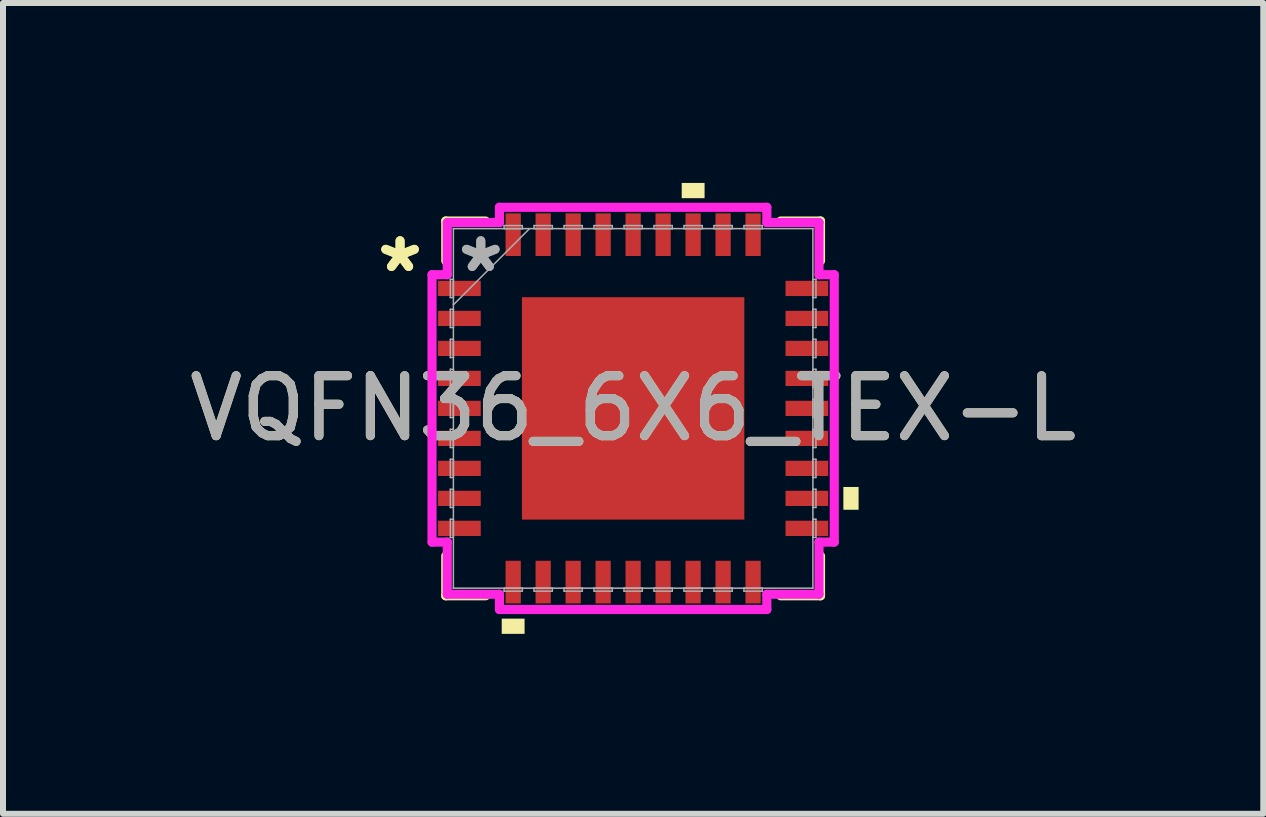
<source format=kicad_pcb>
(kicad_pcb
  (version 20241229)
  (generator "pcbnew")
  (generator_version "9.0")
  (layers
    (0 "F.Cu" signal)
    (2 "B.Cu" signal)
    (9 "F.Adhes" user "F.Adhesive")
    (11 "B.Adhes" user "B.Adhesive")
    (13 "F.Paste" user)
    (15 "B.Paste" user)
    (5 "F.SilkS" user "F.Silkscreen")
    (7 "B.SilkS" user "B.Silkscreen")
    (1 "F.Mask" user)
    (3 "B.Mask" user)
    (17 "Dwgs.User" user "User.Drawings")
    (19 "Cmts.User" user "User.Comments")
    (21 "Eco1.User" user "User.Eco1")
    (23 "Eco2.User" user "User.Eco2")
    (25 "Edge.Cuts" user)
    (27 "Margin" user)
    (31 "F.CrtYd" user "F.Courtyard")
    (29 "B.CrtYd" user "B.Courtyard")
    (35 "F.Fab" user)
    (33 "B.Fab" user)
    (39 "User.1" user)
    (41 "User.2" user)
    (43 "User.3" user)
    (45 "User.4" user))
  (footprint "VQFN36_6X6_TEX-L"
    (layer "F.Cu")
    (at 7.506 3.759)
    (property "Reference" "VQFN36_6X6_TEX-L" (at 0 0 0) (unlocked yes) (layer "F.SilkS") (effects (font (size 1 1) (thickness 0.15))))
    (attr smd)
    (fp_line (start -3.124 -3.124) (end -3.124 -2.46) (stroke (width 0.152) (type solid)) (layer "F.SilkS"))
    (fp_line (start -3.124 2.46) (end -3.124 3.124) (stroke (width 0.152) (type solid)) (layer "F.SilkS"))
    (fp_line (start -3.124 3.124) (end -2.46 3.124) (stroke (width 0.152) (type solid)) (layer "F.SilkS"))
    (fp_line (start -2.46 -3.124) (end -3.124 -3.124) (stroke (width 0.152) (type solid)) (layer "F.SilkS"))
    (fp_line (start 2.46 3.124) (end 3.124 3.124) (stroke (width 0.152) (type solid)) (layer "F.SilkS"))
    (fp_line (start 3.124 -3.124) (end 2.46 -3.124) (stroke (width 0.152) (type solid)) (layer "F.SilkS"))
    (fp_line (start 3.124 -2.46) (end 3.124 -3.124) (stroke (width 0.152) (type solid)) (layer "F.SilkS"))
    (fp_line (start 3.124 3.124) (end 3.124 2.46) (stroke (width 0.152) (type solid)) (layer "F.SilkS"))
    (fp_poly (pts (xy -2.191 3.505) (xy -2.191 3.759) (xy -1.81 3.759) (xy -1.81 3.505)) (stroke (width 0) (type solid)) (fill yes) (layer "F.SilkS"))
    (fp_poly (pts (xy 0.81 -3.505) (xy 0.81 -3.759) (xy 1.191 -3.759) (xy 1.191 -3.505)) (stroke (width 0) (type solid)) (fill yes) (layer "F.SilkS"))
    (fp_poly (pts (xy 3.759 1.31) (xy 3.759 1.69) (xy 3.505 1.69) (xy 3.505 1.31)) (stroke (width 0) (type solid)) (fill yes) (layer "F.SilkS"))
    (fp_poly (pts (xy -1.754 -1.754) (xy -1.754 -0.1) (xy -0.1 -0.1) (xy -0.1 -1.754)) (stroke (width 0) (type solid)) (fill yes) (layer "F.Paste"))
    (fp_poly (pts (xy -1.754 0.1) (xy -1.754 1.754) (xy -0.1 1.754) (xy -0.1 0.1)) (stroke (width 0) (type solid)) (fill yes) (layer "F.Paste"))
    (fp_poly (pts (xy 0.1 -1.754) (xy 0.1 -0.1) (xy 1.754 -0.1) (xy 1.754 -1.754)) (stroke (width 0) (type solid)) (fill yes) (layer "F.Paste"))
    (fp_poly (pts (xy 0.1 0.1) (xy 0.1 1.754) (xy 1.754 1.754) (xy 1.754 0.1)) (stroke (width 0) (type solid)) (fill yes) (layer "F.Paste"))
    (fp_line (start -3.353 -2.229) (end -3.099 -2.229) (stroke (width 0.152) (type solid)) (layer "F.CrtYd"))
    (fp_line (start -3.353 2.229) (end -3.353 -2.229) (stroke (width 0.152) (type solid)) (layer "F.CrtYd"))
    (fp_line (start -3.099 -3.099) (end -2.229 -3.099) (stroke (width 0.152) (type solid)) (layer "F.CrtYd"))
    (fp_line (start -3.099 -2.229) (end -3.099 -3.099) (stroke (width 0.152) (type solid)) (layer "F.CrtYd"))
    (fp_line (start -3.099 2.229) (end -3.353 2.229) (stroke (width 0.152) (type solid)) (layer "F.CrtYd"))
    (fp_line (start -3.099 3.099) (end -3.099 2.229) (stroke (width 0.152) (type solid)) (layer "F.CrtYd"))
    (fp_line (start -2.229 -3.353) (end 2.229 -3.353) (stroke (width 0.152) (type solid)) (layer "F.CrtYd"))
    (fp_line (start -2.229 -3.099) (end -2.229 -3.353) (stroke (width 0.152) (type solid)) (layer "F.CrtYd"))
    (fp_line (start -2.229 3.099) (end -3.099 3.099) (stroke (width 0.152) (type solid)) (layer "F.CrtYd"))
    (fp_line (start -2.229 3.353) (end -2.229 3.099) (stroke (width 0.152) (type solid)) (layer "F.CrtYd"))
    (fp_line (start 2.229 -3.353) (end 2.229 -3.099) (stroke (width 0.152) (type solid)) (layer "F.CrtYd"))
    (fp_line (start 2.229 -3.099) (end 3.099 -3.099) (stroke (width 0.152) (type solid)) (layer "F.CrtYd"))
    (fp_line (start 2.229 3.099) (end 2.229 3.353) (stroke (width 0.152) (type solid)) (layer "F.CrtYd"))
    (fp_line (start 2.229 3.353) (end -2.229 3.353) (stroke (width 0.152) (type solid)) (layer "F.CrtYd"))
    (fp_line (start 3.099 -3.099) (end 3.099 -2.229) (stroke (width 0.152) (type solid)) (layer "F.CrtYd"))
    (fp_line (start 3.099 -2.229) (end 3.353 -2.229) (stroke (width 0.152) (type solid)) (layer "F.CrtYd"))
    (fp_line (start 3.099 2.229) (end 3.099 3.099) (stroke (width 0.152) (type solid)) (layer "F.CrtYd"))
    (fp_line (start 3.099 3.099) (end 2.229 3.099) (stroke (width 0.152) (type solid)) (layer "F.CrtYd"))
    (fp_line (start 3.353 -2.229) (end 3.353 2.229) (stroke (width 0.152) (type solid)) (layer "F.CrtYd"))
    (fp_line (start 3.353 2.229) (end 3.099 2.229) (stroke (width 0.152) (type solid)) (layer "F.CrtYd"))
    (fp_line (start -3.048 -2.152) (end -3.048 -1.848) (stroke (width 0.025) (type solid)) (layer "F.Fab"))
    (fp_line (start -3.048 -1.848) (end -2.997 -1.848) (stroke (width 0.025) (type solid)) (layer "F.Fab"))
    (fp_line (start -3.048 -1.652) (end -3.048 -1.348) (stroke (width 0.025) (type solid)) (layer "F.Fab"))
    (fp_line (start -3.048 -1.348) (end -2.997 -1.348) (stroke (width 0.025) (type solid)) (layer "F.Fab"))
    (fp_line (start -3.048 -1.152) (end -3.048 -0.848) (stroke (width 0.025) (type solid)) (layer "F.Fab"))
    (fp_line (start -3.048 -0.848) (end -2.997 -0.848) (stroke (width 0.025) (type solid)) (layer "F.Fab"))
    (fp_line (start -3.048 -0.652) (end -3.048 -0.348) (stroke (width 0.025) (type solid)) (layer "F.Fab"))
    (fp_line (start -3.048 -0.348) (end -2.997 -0.348) (stroke (width 0.025) (type solid)) (layer "F.Fab"))
    (fp_line (start -3.048 -0.152) (end -3.048 0.152) (stroke (width 0.025) (type solid)) (layer "F.Fab"))
    (fp_line (start -3.048 0.152) (end -2.997 0.152) (stroke (width 0.025) (type solid)) (layer "F.Fab"))
    (fp_line (start -3.048 0.348) (end -3.048 0.652) (stroke (width 0.025) (type solid)) (layer "F.Fab"))
    (fp_line (start -3.048 0.652) (end -2.997 0.652) (stroke (width 0.025) (type solid)) (layer "F.Fab"))
    (fp_line (start -3.048 0.848) (end -3.048 1.152) (stroke (width 0.025) (type solid)) (layer "F.Fab"))
    (fp_line (start -3.048 1.152) (end -2.997 1.152) (stroke (width 0.025) (type solid)) (layer "F.Fab"))
    (fp_line (start -3.048 1.348) (end -3.048 1.652) (stroke (width 0.025) (type solid)) (layer "F.Fab"))
    (fp_line (start -3.048 1.652) (end -2.997 1.652) (stroke (width 0.025) (type solid)) (layer "F.Fab"))
    (fp_line (start -3.048 1.848) (end -3.048 2.152) (stroke (width 0.025) (type solid)) (layer "F.Fab"))
    (fp_line (start -3.048 2.152) (end -2.997 2.152) (stroke (width 0.025) (type solid)) (layer "F.Fab"))
    (fp_line (start -2.997 -2.997) (end -2.997 -2.997) (stroke (width 0.025) (type solid)) (layer "F.Fab"))
    (fp_line (start -2.997 -2.997) (end -2.997 2.997) (stroke (width 0.025) (type solid)) (layer "F.Fab"))
    (fp_line (start -2.997 -2.152) (end -3.048 -2.152) (stroke (width 0.025) (type solid)) (layer "F.Fab"))
    (fp_line (start -2.997 -1.848) (end -2.997 -2.152) (stroke (width 0.025) (type solid)) (layer "F.Fab"))
    (fp_line (start -2.997 -1.727) (end -1.727 -2.997) (stroke (width 0.025) (type solid)) (layer "F.Fab"))
    (fp_line (start -2.997 -1.652) (end -3.048 -1.652) (stroke (width 0.025) (type solid)) (layer "F.Fab"))
    (fp_line (start -2.997 -1.348) (end -2.997 -1.652) (stroke (width 0.025) (type solid)) (layer "F.Fab"))
    (fp_line (start -2.997 -1.152) (end -3.048 -1.152) (stroke (width 0.025) (type solid)) (layer "F.Fab"))
    (fp_line (start -2.997 -0.848) (end -2.997 -1.152) (stroke (width 0.025) (type solid)) (layer "F.Fab"))
    (fp_line (start -2.997 -0.652) (end -3.048 -0.652) (stroke (width 0.025) (type solid)) (layer "F.Fab"))
    (fp_line (start -2.997 -0.348) (end -2.997 -0.652) (stroke (width 0.025) (type solid)) (layer "F.Fab"))
    (fp_line (start -2.997 -0.152) (end -3.048 -0.152) (stroke (width 0.025) (type solid)) (layer "F.Fab"))
    (fp_line (start -2.997 0.152) (end -2.997 -0.152) (stroke (width 0.025) (type solid)) (layer "F.Fab"))
    (fp_line (start -2.997 0.348) (end -3.048 0.348) (stroke (width 0.025) (type solid)) (layer "F.Fab"))
    (fp_line (start -2.997 0.652) (end -2.997 0.348) (stroke (width 0.025) (type solid)) (layer "F.Fab"))
    (fp_line (start -2.997 0.848) (end -3.048 0.848) (stroke (width 0.025) (type solid)) (layer "F.Fab"))
    (fp_line (start -2.997 1.152) (end -2.997 0.848) (stroke (width 0.025) (type solid)) (layer "F.Fab"))
    (fp_line (start -2.997 1.348) (end -3.048 1.348) (stroke (width 0.025) (type solid)) (layer "F.Fab"))
    (fp_line (start -2.997 1.652) (end -2.997 1.348) (stroke (width 0.025) (type solid)) (layer "F.Fab"))
    (fp_line (start -2.997 1.848) (end -3.048 1.848) (stroke (width 0.025) (type solid)) (layer "F.Fab"))
    (fp_line (start -2.997 2.152) (end -2.997 1.848) (stroke (width 0.025) (type solid)) (layer "F.Fab"))
    (fp_line (start -2.997 2.997) (end -2.997 2.997) (stroke (width 0.025) (type solid)) (layer "F.Fab"))
    (fp_line (start -2.997 2.997) (end 2.997 2.997) (stroke (width 0.025) (type solid)) (layer "F.Fab"))
    (fp_line (start -2.152 -3.048) (end -2.152 -2.997) (stroke (width 0.025) (type solid)) (layer "F.Fab"))
    (fp_line (start -2.152 -2.997) (end -1.848 -2.997) (stroke (width 0.025) (type solid)) (layer "F.Fab"))
    (fp_line (start -2.152 2.997) (end -2.152 3.048) (stroke (width 0.025) (type solid)) (layer "F.Fab"))
    (fp_line (start -2.152 3.048) (end -1.848 3.048) (stroke (width 0.025) (type solid)) (layer "F.Fab"))
    (fp_line (start -1.848 -3.048) (end -2.152 -3.048) (stroke (width 0.025) (type solid)) (layer "F.Fab"))
    (fp_line (start -1.848 -2.997) (end -1.848 -3.048) (stroke (width 0.025) (type solid)) (layer "F.Fab"))
    (fp_line (start -1.848 2.997) (end -2.152 2.997) (stroke (width 0.025) (type solid)) (layer "F.Fab"))
    (fp_line (start -1.848 3.048) (end -1.848 2.997) (stroke (width 0.025) (type solid)) (layer "F.Fab"))
    (fp_line (start -1.652 -3.048) (end -1.652 -2.997) (stroke (width 0.025) (type solid)) (layer "F.Fab"))
    (fp_line (start -1.652 -2.997) (end -1.348 -2.997) (stroke (width 0.025) (type solid)) (layer "F.Fab"))
    (fp_line (start -1.652 2.997) (end -1.652 3.048) (stroke (width 0.025) (type solid)) (layer "F.Fab"))
    (fp_line (start -1.652 3.048) (end -1.348 3.048) (stroke (width 0.025) (type solid)) (layer "F.Fab"))
    (fp_line (start -1.348 -3.048) (end -1.652 -3.048) (stroke (width 0.025) (type solid)) (layer "F.Fab"))
    (fp_line (start -1.348 -2.997) (end -1.348 -3.048) (stroke (width 0.025) (type solid)) (layer "F.Fab"))
    (fp_line (start -1.348 2.997) (end -1.652 2.997) (stroke (width 0.025) (type solid)) (layer "F.Fab"))
    (fp_line (start -1.348 3.048) (end -1.348 2.997) (stroke (width 0.025) (type solid)) (layer "F.Fab"))
    (fp_line (start -1.152 -3.048) (end -1.152 -2.997) (stroke (width 0.025) (type solid)) (layer "F.Fab"))
    (fp_line (start -1.152 -2.997) (end -0.848 -2.997) (stroke (width 0.025) (type solid)) (layer "F.Fab"))
    (fp_line (start -1.152 2.997) (end -1.152 3.048) (stroke (width 0.025) (type solid)) (layer "F.Fab"))
    (fp_line (start -1.152 3.048) (end -0.848 3.048) (stroke (width 0.025) (type solid)) (layer "F.Fab"))
    (fp_line (start -0.848 -3.048) (end -1.152 -3.048) (stroke (width 0.025) (type solid)) (layer "F.Fab"))
    (fp_line (start -0.848 -2.997) (end -0.848 -3.048) (stroke (width 0.025) (type solid)) (layer "F.Fab"))
    (fp_line (start -0.848 2.997) (end -1.152 2.997) (stroke (width 0.025) (type solid)) (layer "F.Fab"))
    (fp_line (start -0.848 3.048) (end -0.848 2.997) (stroke (width 0.025) (type solid)) (layer "F.Fab"))
    (fp_line (start -0.652 -3.048) (end -0.652 -2.997) (stroke (width 0.025) (type solid)) (layer "F.Fab"))
    (fp_line (start -0.652 -2.997) (end -0.348 -2.997) (stroke (width 0.025) (type solid)) (layer "F.Fab"))
    (fp_line (start -0.652 2.997) (end -0.652 3.048) (stroke (width 0.025) (type solid)) (layer "F.Fab"))
    (fp_line (start -0.652 3.048) (end -0.348 3.048) (stroke (width 0.025) (type solid)) (layer "F.Fab"))
    (fp_line (start -0.348 -3.048) (end -0.652 -3.048) (stroke (width 0.025) (type solid)) (layer "F.Fab"))
    (fp_line (start -0.348 -2.997) (end -0.348 -3.048) (stroke (width 0.025) (type solid)) (layer "F.Fab"))
    (fp_line (start -0.348 2.997) (end -0.652 2.997) (stroke (width 0.025) (type solid)) (layer "F.Fab"))
    (fp_line (start -0.348 3.048) (end -0.348 2.997) (stroke (width 0.025) (type solid)) (layer "F.Fab"))
    (fp_line (start -0.152 -3.048) (end -0.152 -2.997) (stroke (width 0.025) (type solid)) (layer "F.Fab"))
    (fp_line (start -0.152 -2.997) (end 0.152 -2.997) (stroke (width 0.025) (type solid)) (layer "F.Fab"))
    (fp_line (start -0.152 2.997) (end -0.152 3.048) (stroke (width 0.025) (type solid)) (layer "F.Fab"))
    (fp_line (start -0.152 3.048) (end 0.152 3.048) (stroke (width 0.025) (type solid)) (layer "F.Fab"))
    (fp_line (start 0.152 -3.048) (end -0.152 -3.048) (stroke (width 0.025) (type solid)) (layer "F.Fab"))
    (fp_line (start 0.152 -2.997) (end 0.152 -3.048) (stroke (width 0.025) (type solid)) (layer "F.Fab"))
    (fp_line (start 0.152 2.997) (end -0.152 2.997) (stroke (width 0.025) (type solid)) (layer "F.Fab"))
    (fp_line (start 0.152 3.048) (end 0.152 2.997) (stroke (width 0.025) (type solid)) (layer "F.Fab"))
    (fp_line (start 0.348 -3.048) (end 0.348 -2.997) (stroke (width 0.025) (type solid)) (layer "F.Fab"))
    (fp_line (start 0.348 -2.997) (end 0.652 -2.997) (stroke (width 0.025) (type solid)) (layer "F.Fab"))
    (fp_line (start 0.348 2.997) (end 0.348 3.048) (stroke (width 0.025) (type solid)) (layer "F.Fab"))
    (fp_line (start 0.348 3.048) (end 0.652 3.048) (stroke (width 0.025) (type solid)) (layer "F.Fab"))
    (fp_line (start 0.652 -3.048) (end 0.348 -3.048) (stroke (width 0.025) (type solid)) (layer "F.Fab"))
    (fp_line (start 0.652 -2.997) (end 0.652 -3.048) (stroke (width 0.025) (type solid)) (layer "F.Fab"))
    (fp_line (start 0.652 2.997) (end 0.348 2.997) (stroke (width 0.025) (type solid)) (layer "F.Fab"))
    (fp_line (start 0.652 3.048) (end 0.652 2.997) (stroke (width 0.025) (type solid)) (layer "F.Fab"))
    (fp_line (start 0.848 -3.048) (end 0.848 -2.997) (stroke (width 0.025) (type solid)) (layer "F.Fab"))
    (fp_line (start 0.848 -2.997) (end 1.152 -2.997) (stroke (width 0.025) (type solid)) (layer "F.Fab"))
    (fp_line (start 0.848 2.997) (end 0.848 3.048) (stroke (width 0.025) (type solid)) (layer "F.Fab"))
    (fp_line (start 0.848 3.048) (end 1.152 3.048) (stroke (width 0.025) (type solid)) (layer "F.Fab"))
    (fp_line (start 1.152 -3.048) (end 0.848 -3.048) (stroke (width 0.025) (type solid)) (layer "F.Fab"))
    (fp_line (start 1.152 -2.997) (end 1.152 -3.048) (stroke (width 0.025) (type solid)) (layer "F.Fab"))
    (fp_line (start 1.152 2.997) (end 0.848 2.997) (stroke (width 0.025) (type solid)) (layer "F.Fab"))
    (fp_line (start 1.152 3.048) (end 1.152 2.997) (stroke (width 0.025) (type solid)) (layer "F.Fab"))
    (fp_line (start 1.348 -3.048) (end 1.348 -2.997) (stroke (width 0.025) (type solid)) (layer "F.Fab"))
    (fp_line (start 1.348 -2.997) (end 1.652 -2.997) (stroke (width 0.025) (type solid)) (layer "F.Fab"))
    (fp_line (start 1.348 2.997) (end 1.348 3.048) (stroke (width 0.025) (type solid)) (layer "F.Fab"))
    (fp_line (start 1.348 3.048) (end 1.652 3.048) (stroke (width 0.025) (type solid)) (layer "F.Fab"))
    (fp_line (start 1.652 -3.048) (end 1.348 -3.048) (stroke (width 0.025) (type solid)) (layer "F.Fab"))
    (fp_line (start 1.652 -2.997) (end 1.652 -3.048) (stroke (width 0.025) (type solid)) (layer "F.Fab"))
    (fp_line (start 1.652 2.997) (end 1.348 2.997) (stroke (width 0.025) (type solid)) (layer "F.Fab"))
    (fp_line (start 1.652 3.048) (end 1.652 2.997) (stroke (width 0.025) (type solid)) (layer "F.Fab"))
    (fp_line (start 1.848 -3.048) (end 1.848 -2.997) (stroke (width 0.025) (type solid)) (layer "F.Fab"))
    (fp_line (start 1.848 -2.997) (end 2.152 -2.997) (stroke (width 0.025) (type solid)) (layer "F.Fab"))
    (fp_line (start 1.848 2.997) (end 1.848 3.048) (stroke (width 0.025) (type solid)) (layer "F.Fab"))
    (fp_line (start 1.848 3.048) (end 2.152 3.048) (stroke (width 0.025) (type solid)) (layer "F.Fab"))
    (fp_line (start 2.152 -3.048) (end 1.848 -3.048) (stroke (width 0.025) (type solid)) (layer "F.Fab"))
    (fp_line (start 2.152 -2.997) (end 2.152 -3.048) (stroke (width 0.025) (type solid)) (layer "F.Fab"))
    (fp_line (start 2.152 2.997) (end 1.848 2.997) (stroke (width 0.025) (type solid)) (layer "F.Fab"))
    (fp_line (start 2.152 3.048) (end 2.152 2.997) (stroke (width 0.025) (type solid)) (layer "F.Fab"))
    (fp_line (start 2.997 -2.997) (end -2.997 -2.997) (stroke (width 0.025) (type solid)) (layer "F.Fab"))
    (fp_line (start 2.997 -2.997) (end 2.997 -2.997) (stroke (width 0.025) (type solid)) (layer "F.Fab"))
    (fp_line (start 2.997 -2.152) (end 2.997 -1.848) (stroke (width 0.025) (type solid)) (layer "F.Fab"))
    (fp_line (start 2.997 -1.848) (end 3.048 -1.848) (stroke (width 0.025) (type solid)) (layer "F.Fab"))
    (fp_line (start 2.997 -1.652) (end 2.997 -1.348) (stroke (width 0.025) (type solid)) (layer "F.Fab"))
    (fp_line (start 2.997 -1.348) (end 3.048 -1.348) (stroke (width 0.025) (type solid)) (layer "F.Fab"))
    (fp_line (start 2.997 -1.152) (end 2.997 -0.848) (stroke (width 0.025) (type solid)) (layer "F.Fab"))
    (fp_line (start 2.997 -0.848) (end 3.048 -0.848) (stroke (width 0.025) (type solid)) (layer "F.Fab"))
    (fp_line (start 2.997 -0.652) (end 2.997 -0.348) (stroke (width 0.025) (type solid)) (layer "F.Fab"))
    (fp_line (start 2.997 -0.348) (end 3.048 -0.348) (stroke (width 0.025) (type solid)) (layer "F.Fab"))
    (fp_line (start 2.997 -0.152) (end 2.997 0.152) (stroke (width 0.025) (type solid)) (layer "F.Fab"))
    (fp_line (start 2.997 0.152) (end 3.048 0.152) (stroke (width 0.025) (type solid)) (layer "F.Fab"))
    (fp_line (start 2.997 0.348) (end 2.997 0.652) (stroke (width 0.025) (type solid)) (layer "F.Fab"))
    (fp_line (start 2.997 0.652) (end 3.048 0.652) (stroke (width 0.025) (type solid)) (layer "F.Fab"))
    (fp_line (start 2.997 0.848) (end 2.997 1.152) (stroke (width 0.025) (type solid)) (layer "F.Fab"))
    (fp_line (start 2.997 1.152) (end 3.048 1.152) (stroke (width 0.025) (type solid)) (layer "F.Fab"))
    (fp_line (start 2.997 1.348) (end 2.997 1.652) (stroke (width 0.025) (type solid)) (layer "F.Fab"))
    (fp_line (start 2.997 1.652) (end 3.048 1.652) (stroke (width 0.025) (type solid)) (layer "F.Fab"))
    (fp_line (start 2.997 1.848) (end 2.997 2.152) (stroke (width 0.025) (type solid)) (layer "F.Fab"))
    (fp_line (start 2.997 2.152) (end 3.048 2.152) (stroke (width 0.025) (type solid)) (layer "F.Fab"))
    (fp_line (start 2.997 2.997) (end 2.997 -2.997) (stroke (width 0.025) (type solid)) (layer "F.Fab"))
    (fp_line (start 2.997 2.997) (end 2.997 2.997) (stroke (width 0.025) (type solid)) (layer "F.Fab"))
    (fp_line (start 3.048 -2.152) (end 2.997 -2.152) (stroke (width 0.025) (type solid)) (layer "F.Fab"))
    (fp_line (start 3.048 -1.848) (end 3.048 -2.152) (stroke (width 0.025) (type solid)) (layer "F.Fab"))
    (fp_line (start 3.048 -1.652) (end 2.997 -1.652) (stroke (width 0.025) (type solid)) (layer "F.Fab"))
    (fp_line (start 3.048 -1.348) (end 3.048 -1.652) (stroke (width 0.025) (type solid)) (layer "F.Fab"))
    (fp_line (start 3.048 -1.152) (end 2.997 -1.152) (stroke (width 0.025) (type solid)) (layer "F.Fab"))
    (fp_line (start 3.048 -0.848) (end 3.048 -1.152) (stroke (width 0.025) (type solid)) (layer "F.Fab"))
    (fp_line (start 3.048 -0.652) (end 2.997 -0.652) (stroke (width 0.025) (type solid)) (layer "F.Fab"))
    (fp_line (start 3.048 -0.348) (end 3.048 -0.652) (stroke (width 0.025) (type solid)) (layer "F.Fab"))
    (fp_line (start 3.048 -0.152) (end 2.997 -0.152) (stroke (width 0.025) (type solid)) (layer "F.Fab"))
    (fp_line (start 3.048 0.152) (end 3.048 -0.152) (stroke (width 0.025) (type solid)) (layer "F.Fab"))
    (fp_line (start 3.048 0.348) (end 2.997 0.348) (stroke (width 0.025) (type solid)) (layer "F.Fab"))
    (fp_line (start 3.048 0.652) (end 3.048 0.348) (stroke (width 0.025) (type solid)) (layer "F.Fab"))
    (fp_line (start 3.048 0.848) (end 2.997 0.848) (stroke (width 0.025) (type solid)) (layer "F.Fab"))
    (fp_line (start 3.048 1.152) (end 3.048 0.848) (stroke (width 0.025) (type solid)) (layer "F.Fab"))
    (fp_line (start 3.048 1.348) (end 2.997 1.348) (stroke (width 0.025) (type solid)) (layer "F.Fab"))
    (fp_line (start 3.048 1.652) (end 3.048 1.348) (stroke (width 0.025) (type solid)) (layer "F.Fab"))
    (fp_line (start 3.048 1.848) (end 2.997 1.848) (stroke (width 0.025) (type solid)) (layer "F.Fab"))
    (fp_line (start 3.048 2.152) (end 3.048 1.848) (stroke (width 0.025) (type solid)) (layer "F.Fab"))
    (fp_text user "*" (at -3.886 -2.25 0) (layer "F.SilkS") (effects (font (size 1 1) (thickness 0.15))))
    (fp_text user "*" (at -3.886 -2.25 0) (unlocked yes) (layer "F.SilkS") (effects (font (size 1 1) (thickness 0.15))))
    (fp_text user "${REFERENCE}" (at 0 0 0) (unlocked yes) (layer "F.Fab") (effects (font (size 1 1) (thickness 0.15))))
    (fp_text user "*" (at -2.54 -2.25 0) (unlocked yes) (layer "F.Fab") (effects (font (size 1 1) (thickness 0.15))))
    (fp_text user "*" (at -2.54 -2.25 0) (layer "F.Fab") (effects (font (size 1 1) (thickness 0.15))))
    (pad "1" smd rect (at -2.896 -2 90) (size 0.254 0.711) (layers "F.Cu" "F.Mask" "F.Paste"))
    (pad "2" smd rect (at -2.896 -1.5 90) (size 0.254 0.711) (layers "F.Cu" "F.Mask" "F.Paste"))
    (pad "3" smd rect (at -2.896 -1 90) (size 0.254 0.711) (layers "F.Cu" "F.Mask" "F.Paste"))
    (pad "4" smd rect (at -2.896 -0.5 90) (size 0.254 0.711) (layers "F.Cu" "F.Mask" "F.Paste"))
    (pad "5" smd rect (at -2.896 0 90) (size 0.254 0.711) (layers "F.Cu" "F.Mask" "F.Paste"))
    (pad "6" smd rect (at -2.896 0.5 90) (size 0.254 0.711) (layers "F.Cu" "F.Mask" "F.Paste"))
    (pad "7" smd rect (at -2.896 1 90) (size 0.254 0.711) (layers "F.Cu" "F.Mask" "F.Paste"))
    (pad "8" smd rect (at -2.896 1.5 90) (size 0.254 0.711) (layers "F.Cu" "F.Mask" "F.Paste"))
    (pad "9" smd rect (at -2.896 2 90) (size 0.254 0.711) (layers "F.Cu" "F.Mask" "F.Paste"))
    (pad "10" smd rect (at -2 2.896) (size 0.254 0.711) (layers "F.Cu" "F.Mask" "F.Paste"))
    (pad "11" smd rect (at -1.5 2.896) (size 0.254 0.711) (layers "F.Cu" "F.Mask" "F.Paste"))
    (pad "12" smd rect (at -1 2.896) (size 0.254 0.711) (layers "F.Cu" "F.Mask" "F.Paste"))
    (pad "13" smd rect (at -0.5 2.896) (size 0.254 0.711) (layers "F.Cu" "F.Mask" "F.Paste"))
    (pad "14" smd rect (at 0 2.896) (size 0.254 0.711) (layers "F.Cu" "F.Mask" "F.Paste"))
    (pad "15" smd rect (at 0.5 2.896) (size 0.254 0.711) (layers "F.Cu" "F.Mask" "F.Paste"))
    (pad "16" smd rect (at 1 2.896) (size 0.254 0.711) (layers "F.Cu" "F.Mask" "F.Paste"))
    (pad "17" smd rect (at 1.5 2.896) (size 0.254 0.711) (layers "F.Cu" "F.Mask" "F.Paste"))
    (pad "18" smd rect (at 2 2.896) (size 0.254 0.711) (layers "F.Cu" "F.Mask" "F.Paste"))
    (pad "19" smd rect (at 2.896 2 90) (size 0.254 0.711) (layers "F.Cu" "F.Mask" "F.Paste"))
    (pad "20" smd rect (at 2.896 1.5 90) (size 0.254 0.711) (layers "F.Cu" "F.Mask" "F.Paste"))
    (pad "21" smd rect (at 2.896 1 90) (size 0.254 0.711) (layers "F.Cu" "F.Mask" "F.Paste"))
    (pad "22" smd rect (at 2.896 0.5 90) (size 0.254 0.711) (layers "F.Cu" "F.Mask" "F.Paste"))
    (pad "23" smd rect (at 2.896 0 90) (size 0.254 0.711) (layers "F.Cu" "F.Mask" "F.Paste"))
    (pad "24" smd rect (at 2.896 -0.5 90) (size 0.254 0.711) (layers "F.Cu" "F.Mask" "F.Paste"))
    (pad "25" smd rect (at 2.896 -1 90) (size 0.254 0.711) (layers "F.Cu" "F.Mask" "F.Paste"))
    (pad "26" smd rect (at 2.896 -1.5 90) (size 0.254 0.711) (layers "F.Cu" "F.Mask" "F.Paste"))
    (pad "27" smd rect (at 2.896 -2 90) (size 0.254 0.711) (layers "F.Cu" "F.Mask" "F.Paste"))
    (pad "28" smd rect (at 2 -2.896) (size 0.254 0.711) (layers "F.Cu" "F.Mask" "F.Paste"))
    (pad "29" smd rect (at 1.5 -2.896) (size 0.254 0.711) (layers "F.Cu" "F.Mask" "F.Paste"))
    (pad "30" smd rect (at 1 -2.896) (size 0.254 0.711) (layers "F.Cu" "F.Mask" "F.Paste"))
    (pad "31" smd rect (at 0.5 -2.896) (size 0.254 0.711) (layers "F.Cu" "F.Mask" "F.Paste"))
    (pad "32" smd rect (at 0 -2.896) (size 0.254 0.711) (layers "F.Cu" "F.Mask" "F.Paste"))
    (pad "33" smd rect (at -0.5 -2.896) (size 0.254 0.711) (layers "F.Cu" "F.Mask" "F.Paste"))
    (pad "34" smd rect (at -1 -2.896) (size 0.254 0.711) (layers "F.Cu" "F.Mask" "F.Paste"))
    (pad "35" smd rect (at -1.5 -2.896) (size 0.254 0.711) (layers "F.Cu" "F.Mask" "F.Paste"))
    (pad "36" smd rect (at -2 -2.896) (size 0.254 0.711) (layers "F.Cu" "F.Mask" "F.Paste"))
    (pad "37" smd rect (at 0 0) (size 3.708 3.708) (layers "F.Cu" "F.Mask" "F.Paste")))
  (gr_rect
    (start -3 -3)
    (end 18.012 10.518)
    (stroke (width 0.1) (type default))
    (fill no)
    (layer "Edge.Cuts")))
</source>
